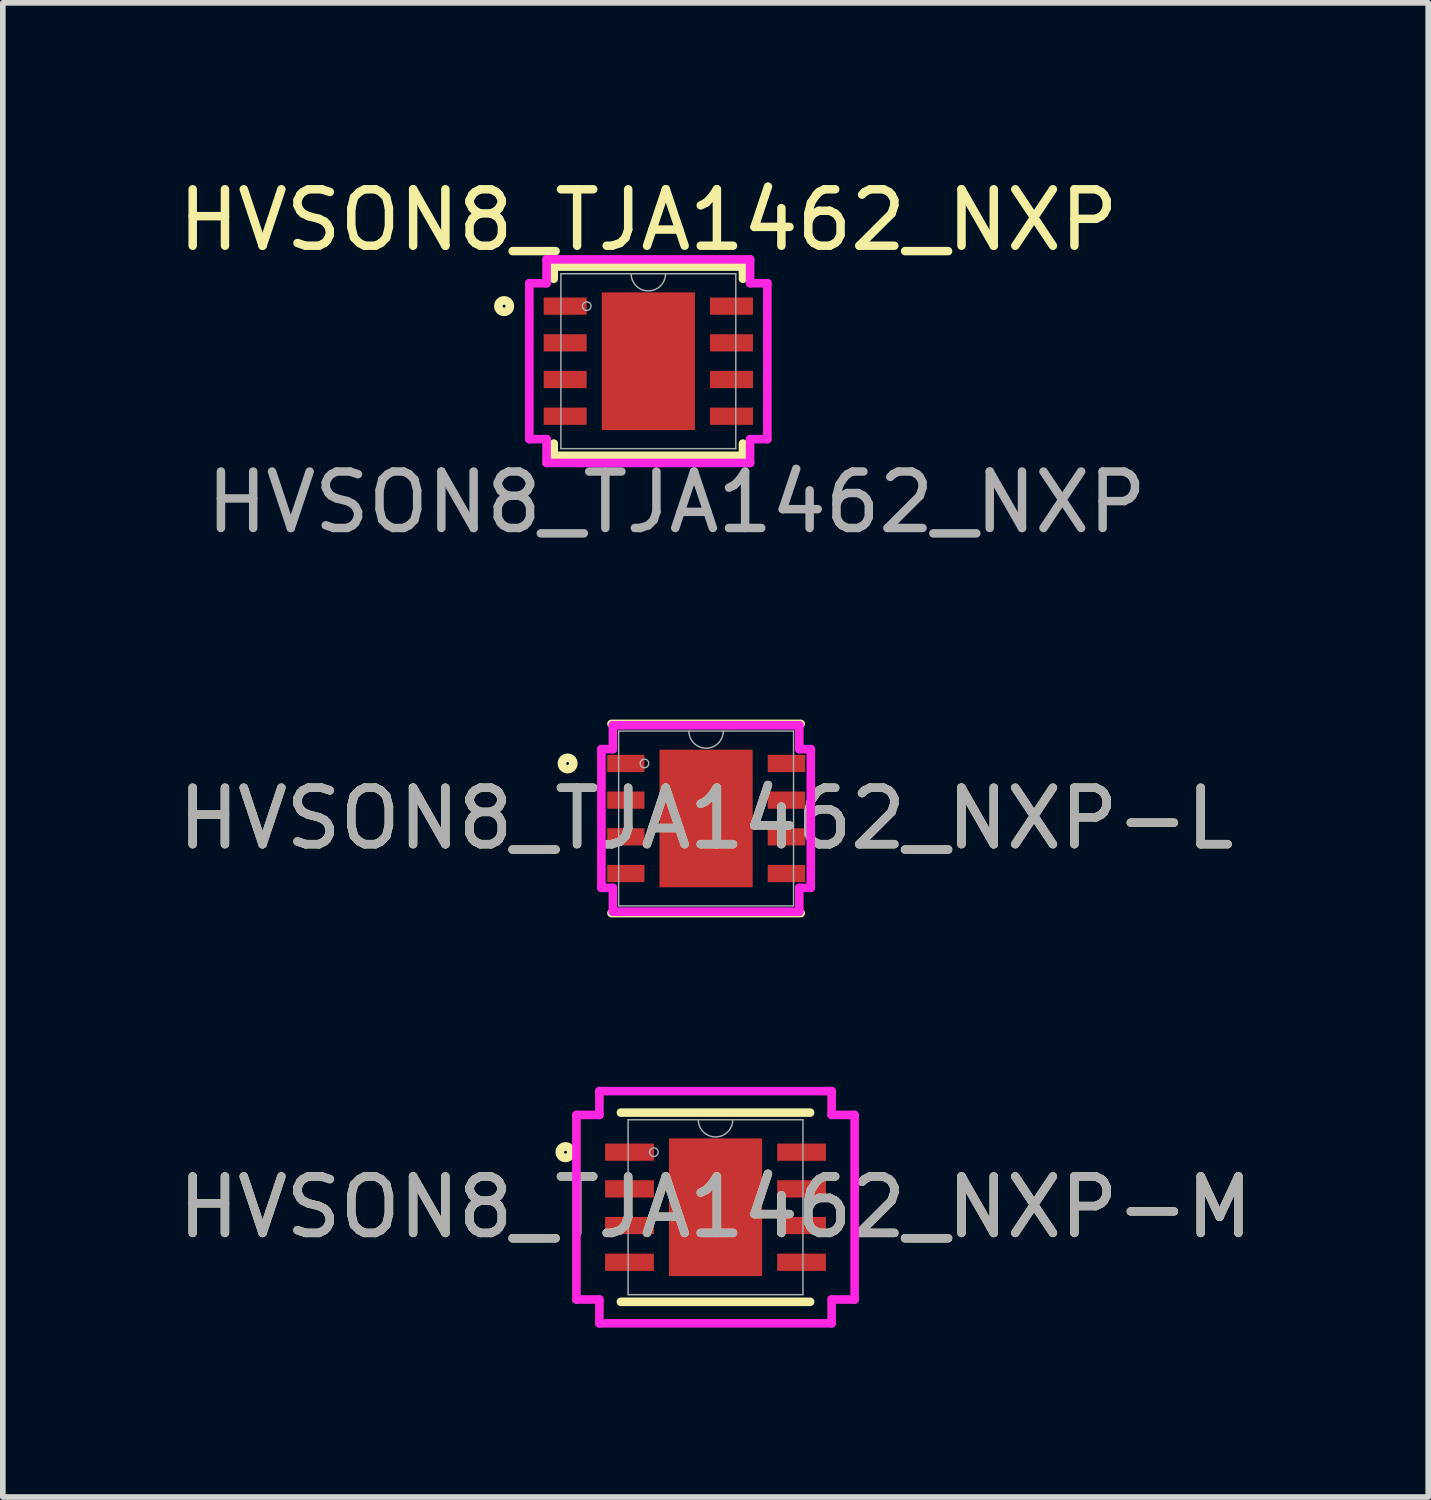
<source format=kicad_pcb>
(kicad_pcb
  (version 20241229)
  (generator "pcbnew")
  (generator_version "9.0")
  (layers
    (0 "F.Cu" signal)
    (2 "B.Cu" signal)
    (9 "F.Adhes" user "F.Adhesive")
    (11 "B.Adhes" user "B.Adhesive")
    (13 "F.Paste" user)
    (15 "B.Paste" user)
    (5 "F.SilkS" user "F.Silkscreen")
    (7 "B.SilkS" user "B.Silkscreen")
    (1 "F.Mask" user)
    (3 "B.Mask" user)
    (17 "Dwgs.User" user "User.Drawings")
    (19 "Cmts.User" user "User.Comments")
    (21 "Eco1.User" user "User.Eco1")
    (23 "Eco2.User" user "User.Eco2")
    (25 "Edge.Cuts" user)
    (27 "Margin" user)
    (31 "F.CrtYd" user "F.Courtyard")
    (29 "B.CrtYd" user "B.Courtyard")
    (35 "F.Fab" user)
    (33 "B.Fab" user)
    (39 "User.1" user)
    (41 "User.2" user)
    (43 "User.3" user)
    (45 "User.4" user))
  (footprint "HVSON8_TJA1462_NXP"
    (layer "F.Cu")
    (at 8.435 3.348)
    (property "Reference" "HVSON8_TJA1462_NXP" (at 0 -2.5 0) (unlocked yes) (layer "F.SilkS") (effects (font (size 1 1) (thickness 0.15))))
    (attr smd)
    (fp_line (start -1.676 -1.676) (end -1.676 -1.46) (stroke (width 0.152) (type solid)) (layer "F.SilkS"))
    (fp_line (start -1.676 1.46) (end -1.676 1.676) (stroke (width 0.152) (type solid)) (layer "F.SilkS"))
    (fp_line (start -1.676 1.676) (end 1.676 1.676) (stroke (width 0.152) (type solid)) (layer "F.SilkS"))
    (fp_line (start 1.676 -1.676) (end -1.676 -1.676) (stroke (width 0.152) (type solid)) (layer "F.SilkS"))
    (fp_line (start 1.676 -1.46) (end 1.676 -1.676) (stroke (width 0.152) (type solid)) (layer "F.SilkS"))
    (fp_line (start 1.676 1.676) (end 1.676 1.46) (stroke (width 0.152) (type solid)) (layer "F.SilkS"))
    (fp_circle (center -2.555 -0.975) (end -2.453 -0.975) (stroke (width 0.152) (type solid)) (fill no) (layer "F.SilkS"))
    (fp_line (start -2.108 -1.381) (end -1.803 -1.381) (stroke (width 0.152) (type solid)) (layer "F.CrtYd"))
    (fp_line (start -2.108 1.381) (end -2.108 -1.381) (stroke (width 0.152) (type solid)) (layer "F.CrtYd"))
    (fp_line (start -2.108 1.381) (end -1.803 1.381) (stroke (width 0.152) (type solid)) (layer "F.CrtYd"))
    (fp_line (start -1.803 -1.803) (end 1.803 -1.803) (stroke (width 0.152) (type solid)) (layer "F.CrtYd"))
    (fp_line (start -1.803 -1.381) (end -1.803 -1.803) (stroke (width 0.152) (type solid)) (layer "F.CrtYd"))
    (fp_line (start -1.803 1.803) (end -1.803 1.381) (stroke (width 0.152) (type solid)) (layer "F.CrtYd"))
    (fp_line (start 1.803 -1.803) (end 1.803 -1.381) (stroke (width 0.152) (type solid)) (layer "F.CrtYd"))
    (fp_line (start 1.803 1.381) (end 1.803 1.803) (stroke (width 0.152) (type solid)) (layer "F.CrtYd"))
    (fp_line (start 1.803 1.803) (end -1.803 1.803) (stroke (width 0.152) (type solid)) (layer "F.CrtYd"))
    (fp_line (start 2.108 -1.381) (end 1.803 -1.381) (stroke (width 0.152) (type solid)) (layer "F.CrtYd"))
    (fp_line (start 2.108 -1.381) (end 2.108 1.381) (stroke (width 0.152) (type solid)) (layer "F.CrtYd"))
    (fp_line (start 2.108 1.381) (end 1.803 1.381) (stroke (width 0.152) (type solid)) (layer "F.CrtYd"))
    (fp_line (start -1.549 -1.549) (end -1.549 1.549) (stroke (width 0.025) (type solid)) (layer "F.Fab"))
    (fp_line (start -1.549 1.549) (end 1.549 1.549) (stroke (width 0.025) (type solid)) (layer "F.Fab"))
    (fp_line (start 1.549 -1.549) (end -1.549 -1.549) (stroke (width 0.025) (type solid)) (layer "F.Fab"))
    (fp_line (start 1.549 1.549) (end 1.549 -1.549) (stroke (width 0.025) (type solid)) (layer "F.Fab"))
    (fp_arc (start 0.3048 -1.5494) (mid 0 -1.2446) (end -0.3048 -1.5494) (stroke (width 0.0254) (type solid)) (layer "F.Fab"))
    (fp_circle (center -1.092 -0.975) (end -1.016 -0.975) (stroke (width 0.025) (type solid)) (fill no) (layer "F.Fab"))
    (fp_text user "${REFERENCE}" (at 0.5 2.5 0) (unlocked yes) (layer "F.Fab") (effects (font (size 1 1) (thickness 0.15))))
    (pad "1" smd rect (at -1.473 -0.975) (size 0.762 0.305) (layers "F.Cu" "F.Mask" "F.Paste"))
    (pad "2" smd rect (at -1.473 -0.325) (size 0.762 0.305) (layers "F.Cu" "F.Mask" "F.Paste"))
    (pad "3" smd rect (at -1.473 0.325) (size 0.762 0.305) (layers "F.Cu" "F.Mask" "F.Paste"))
    (pad "4" smd rect (at -1.473 0.975) (size 0.762 0.305) (layers "F.Cu" "F.Mask" "F.Paste"))
    (pad "5" smd rect (at 1.473 0.975) (size 0.762 0.305) (layers "F.Cu" "F.Mask" "F.Paste"))
    (pad "6" smd rect (at 1.473 0.325) (size 0.762 0.305) (layers "F.Cu" "F.Mask" "F.Paste"))
    (pad "7" smd rect (at 1.473 -0.325) (size 0.762 0.305) (layers "F.Cu" "F.Mask" "F.Paste"))
    (pad "8" smd rect (at 1.473 -0.975) (size 0.762 0.305) (layers "F.Cu" "F.Mask" "F.Paste"))
    (pad "9" smd rect (at 0 0) (size 1.651 2.438) (layers "F.Cu" "F.Mask" "F.Paste")))
  (footprint "HVSON8_TJA1462_NXP-M"
    (layer "F.Cu")
    (at 9.625 18.335)
    (property "Reference" "HVSON8_TJA1462_NXP-M" (at 0 0 0) (unlocked yes) (layer "F.SilkS") (effects (font (size 1 1) (thickness 0.15))))
    (attr smd)
    (fp_line (start -1.676 1.676) (end 1.676 1.676) (stroke (width 0.152) (type solid)) (layer "F.SilkS"))
    (fp_line (start 1.676 -1.676) (end -1.676 -1.676) (stroke (width 0.152) (type solid)) (layer "F.SilkS"))
    (fp_circle (center -2.657 -0.975) (end -2.555 -0.975) (stroke (width 0.152) (type solid)) (fill no) (layer "F.SilkS"))
    (fp_line (start -2.464 -1.635) (end -2.057 -1.635) (stroke (width 0.152) (type solid)) (layer "F.CrtYd"))
    (fp_line (start -2.464 1.635) (end -2.464 -1.635) (stroke (width 0.152) (type solid)) (layer "F.CrtYd"))
    (fp_line (start -2.464 1.635) (end -2.057 1.635) (stroke (width 0.152) (type solid)) (layer "F.CrtYd"))
    (fp_line (start -2.057 -2.057) (end 2.057 -2.057) (stroke (width 0.152) (type solid)) (layer "F.CrtYd"))
    (fp_line (start -2.057 -1.635) (end -2.057 -2.057) (stroke (width 0.152) (type solid)) (layer "F.CrtYd"))
    (fp_line (start -2.057 2.057) (end -2.057 1.635) (stroke (width 0.152) (type solid)) (layer "F.CrtYd"))
    (fp_line (start 2.057 -2.057) (end 2.057 -1.635) (stroke (width 0.152) (type solid)) (layer "F.CrtYd"))
    (fp_line (start 2.057 1.635) (end 2.057 2.057) (stroke (width 0.152) (type solid)) (layer "F.CrtYd"))
    (fp_line (start 2.057 2.057) (end -2.057 2.057) (stroke (width 0.152) (type solid)) (layer "F.CrtYd"))
    (fp_line (start 2.464 -1.635) (end 2.057 -1.635) (stroke (width 0.152) (type solid)) (layer "F.CrtYd"))
    (fp_line (start 2.464 -1.635) (end 2.464 1.635) (stroke (width 0.152) (type solid)) (layer "F.CrtYd"))
    (fp_line (start 2.464 1.635) (end 2.057 1.635) (stroke (width 0.152) (type solid)) (layer "F.CrtYd"))
    (fp_line (start -1.549 -1.549) (end -1.549 1.549) (stroke (width 0.025) (type solid)) (layer "F.Fab"))
    (fp_line (start -1.549 1.549) (end 1.549 1.549) (stroke (width 0.025) (type solid)) (layer "F.Fab"))
    (fp_line (start 1.549 -1.549) (end -1.549 -1.549) (stroke (width 0.025) (type solid)) (layer "F.Fab"))
    (fp_line (start 1.549 1.549) (end 1.549 -1.549) (stroke (width 0.025) (type solid)) (layer "F.Fab"))
    (fp_arc (start 0.3048 -1.5494) (mid 0 -1.2446) (end -0.3048 -1.5494) (stroke (width 0.0254) (type solid)) (layer "F.Fab"))
    (fp_circle (center -1.092 -0.975) (end -1.016 -0.975) (stroke (width 0.025) (type solid)) (fill no) (layer "F.Fab"))
    (fp_text user "${REFERENCE}" (at 0 0 0) (unlocked yes) (layer "F.Fab") (effects (font (size 1 1) (thickness 0.15))))
    (pad "1" smd rect (at -1.524 -0.975) (size 0.864 0.305) (layers "F.Cu" "F.Mask" "F.Paste"))
    (pad "2" smd rect (at -1.524 -0.325) (size 0.864 0.305) (layers "F.Cu" "F.Mask" "F.Paste"))
    (pad "3" smd rect (at -1.524 0.325) (size 0.864 0.305) (layers "F.Cu" "F.Mask" "F.Paste"))
    (pad "4" smd rect (at -1.524 0.975) (size 0.864 0.305) (layers "F.Cu" "F.Mask" "F.Paste"))
    (pad "5" smd rect (at 1.524 0.975) (size 0.864 0.305) (layers "F.Cu" "F.Mask" "F.Paste"))
    (pad "6" smd rect (at 1.524 0.325) (size 0.864 0.305) (layers "F.Cu" "F.Mask" "F.Paste"))
    (pad "7" smd rect (at 1.524 -0.325) (size 0.864 0.305) (layers "F.Cu" "F.Mask" "F.Paste"))
    (pad "8" smd rect (at 1.524 -0.975) (size 0.864 0.305) (layers "F.Cu" "F.Mask" "F.Paste"))
    (pad "9" smd rect (at 0 0) (size 1.651 2.438) (layers "F.Cu" "F.Mask" "F.Paste")))
  (footprint "HVSON8_TJA1462_NXP-L"
    (layer "F.Cu")
    (at 9.458 11.449)
    (property "Reference" "HVSON8_TJA1462_NXP-L" (at 0 0 0) (unlocked yes) (layer "F.SilkS") (effects (font (size 1 1) (thickness 0.15))))
    (attr smd)
    (fp_line (start -1.676 1.676) (end 1.676 1.676) (stroke (width 0.152) (type solid)) (layer "F.SilkS"))
    (fp_line (start 1.676 -1.676) (end -1.676 -1.676) (stroke (width 0.152) (type solid)) (layer "F.SilkS"))
    (fp_circle (center -2.453 -0.975) (end -2.352 -0.975) (stroke (width 0.152) (type solid)) (fill no) (layer "F.SilkS"))
    (fp_line (start -1.854 -1.229) (end -1.651 -1.229) (stroke (width 0.152) (type solid)) (layer "F.CrtYd"))
    (fp_line (start -1.854 1.229) (end -1.854 -1.229) (stroke (width 0.152) (type solid)) (layer "F.CrtYd"))
    (fp_line (start -1.854 1.229) (end -1.651 1.229) (stroke (width 0.152) (type solid)) (layer "F.CrtYd"))
    (fp_line (start -1.651 -1.651) (end 1.651 -1.651) (stroke (width 0.152) (type solid)) (layer "F.CrtYd"))
    (fp_line (start -1.651 -1.229) (end -1.651 -1.651) (stroke (width 0.152) (type solid)) (layer "F.CrtYd"))
    (fp_line (start -1.651 1.651) (end -1.651 1.229) (stroke (width 0.152) (type solid)) (layer "F.CrtYd"))
    (fp_line (start 1.651 -1.651) (end 1.651 -1.229) (stroke (width 0.152) (type solid)) (layer "F.CrtYd"))
    (fp_line (start 1.651 1.229) (end 1.651 1.651) (stroke (width 0.152) (type solid)) (layer "F.CrtYd"))
    (fp_line (start 1.651 1.651) (end -1.651 1.651) (stroke (width 0.152) (type solid)) (layer "F.CrtYd"))
    (fp_line (start 1.854 -1.229) (end 1.651 -1.229) (stroke (width 0.152) (type solid)) (layer "F.CrtYd"))
    (fp_line (start 1.854 -1.229) (end 1.854 1.229) (stroke (width 0.152) (type solid)) (layer "F.CrtYd"))
    (fp_line (start 1.854 1.229) (end 1.651 1.229) (stroke (width 0.152) (type solid)) (layer "F.CrtYd"))
    (fp_line (start -1.549 -1.549) (end -1.549 1.549) (stroke (width 0.025) (type solid)) (layer "F.Fab"))
    (fp_line (start -1.549 1.549) (end 1.549 1.549) (stroke (width 0.025) (type solid)) (layer "F.Fab"))
    (fp_line (start 1.549 -1.549) (end -1.549 -1.549) (stroke (width 0.025) (type solid)) (layer "F.Fab"))
    (fp_line (start 1.549 1.549) (end 1.549 -1.549) (stroke (width 0.025) (type solid)) (layer "F.Fab"))
    (fp_arc (start 0.3048 -1.5494) (mid 0 -1.2446) (end -0.3048 -1.5494) (stroke (width 0.0254) (type solid)) (layer "F.Fab"))
    (fp_circle (center -1.092 -0.975) (end -1.016 -0.975) (stroke (width 0.025) (type solid)) (fill no) (layer "F.Fab"))
    (fp_text user "${REFERENCE}" (at 0 0 0) (unlocked yes) (layer "F.Fab") (effects (font (size 1 1) (thickness 0.15))))
    (pad "1" smd rect (at -1.422 -0.975) (size 0.66 0.305) (layers "F.Cu" "F.Mask" "F.Paste"))
    (pad "2" smd rect (at -1.422 -0.325) (size 0.66 0.305) (layers "F.Cu" "F.Mask" "F.Paste"))
    (pad "3" smd rect (at -1.422 0.325) (size 0.66 0.305) (layers "F.Cu" "F.Mask" "F.Paste"))
    (pad "4" smd rect (at -1.422 0.975) (size 0.66 0.305) (layers "F.Cu" "F.Mask" "F.Paste"))
    (pad "5" smd rect (at 1.422 0.975) (size 0.66 0.305) (layers "F.Cu" "F.Mask" "F.Paste"))
    (pad "6" smd rect (at 1.422 0.325) (size 0.66 0.305) (layers "F.Cu" "F.Mask" "F.Paste"))
    (pad "7" smd rect (at 1.422 -0.325) (size 0.66 0.305) (layers "F.Cu" "F.Mask" "F.Paste"))
    (pad "8" smd rect (at 1.422 -0.975) (size 0.66 0.305) (layers "F.Cu" "F.Mask" "F.Paste"))
    (pad "9" smd rect (at 0 0) (size 1.651 2.438) (layers "F.Cu" "F.Mask" "F.Paste")))
  (gr_rect
    (start -3 -3)
    (end 22.25 23.469)
    (stroke (width 0.1) (type default))
    (fill no)
    (layer "Edge.Cuts")))
</source>
